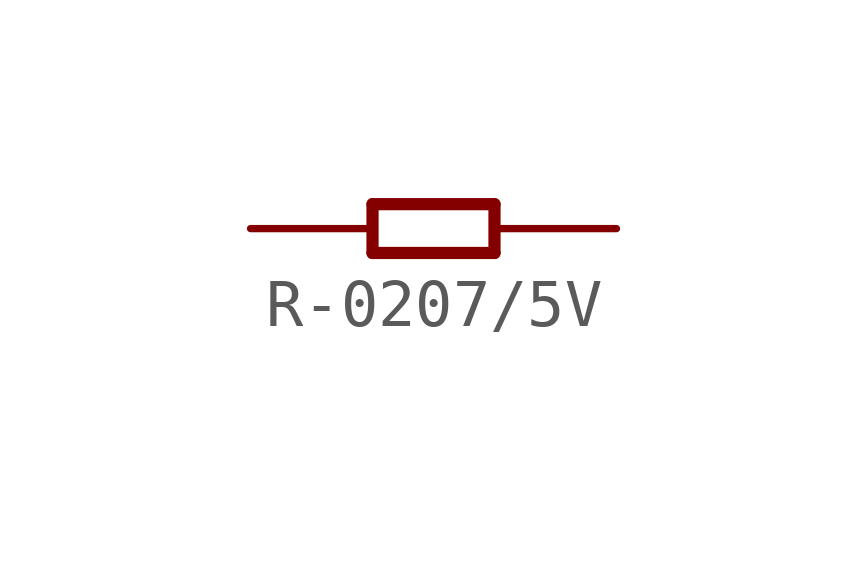
<source format=kicad_sym>
(kicad_symbol_lib
  (version 20220914)
  (generator kicad_symbol_editor)
  (symbol "R-0207/5V"
    (property "Reference" "R"
      (at -3.81 0 0)
      (effects (font (size 1.27 1.079)) (justify left bottom) hide))
    (property "ki_locked" ""
      (at 0 0 0)
      (effects (font (size 1.27 1.27))))
    (symbol "R-0207/5V_1_0"
      (polyline (pts (xy -1.27 -0.508) (xy -1.27 0.508)) (stroke (width 0.254) (type solid)) (fill (type none)))
      (polyline (pts (xy -1.27 0.508) (xy 1.27 0.508)) (stroke (width 0.254) (type solid)) (fill (type none)))
      (polyline (pts (xy 1.27 -0.508) (xy -1.27 -0.508)) (stroke (width 0.254) (type solid)) (fill (type none)))
      (polyline (pts (xy 1.27 0.508) (xy 1.27 -0.508)) (stroke (width 0.254) (type solid)) (fill (type none)))
      (pin passive line (at -3.81 0 0) (length 2.54) (name "1" (effects (font (size 0 0)))) (number "1" (effects (font (size 0 0)))))
      (pin passive line (at 3.81 0 180) (length 2.54) (name "2" (effects (font (size 0 0)))) (number "2" (effects (font (size 0 0))))))))
</source>
